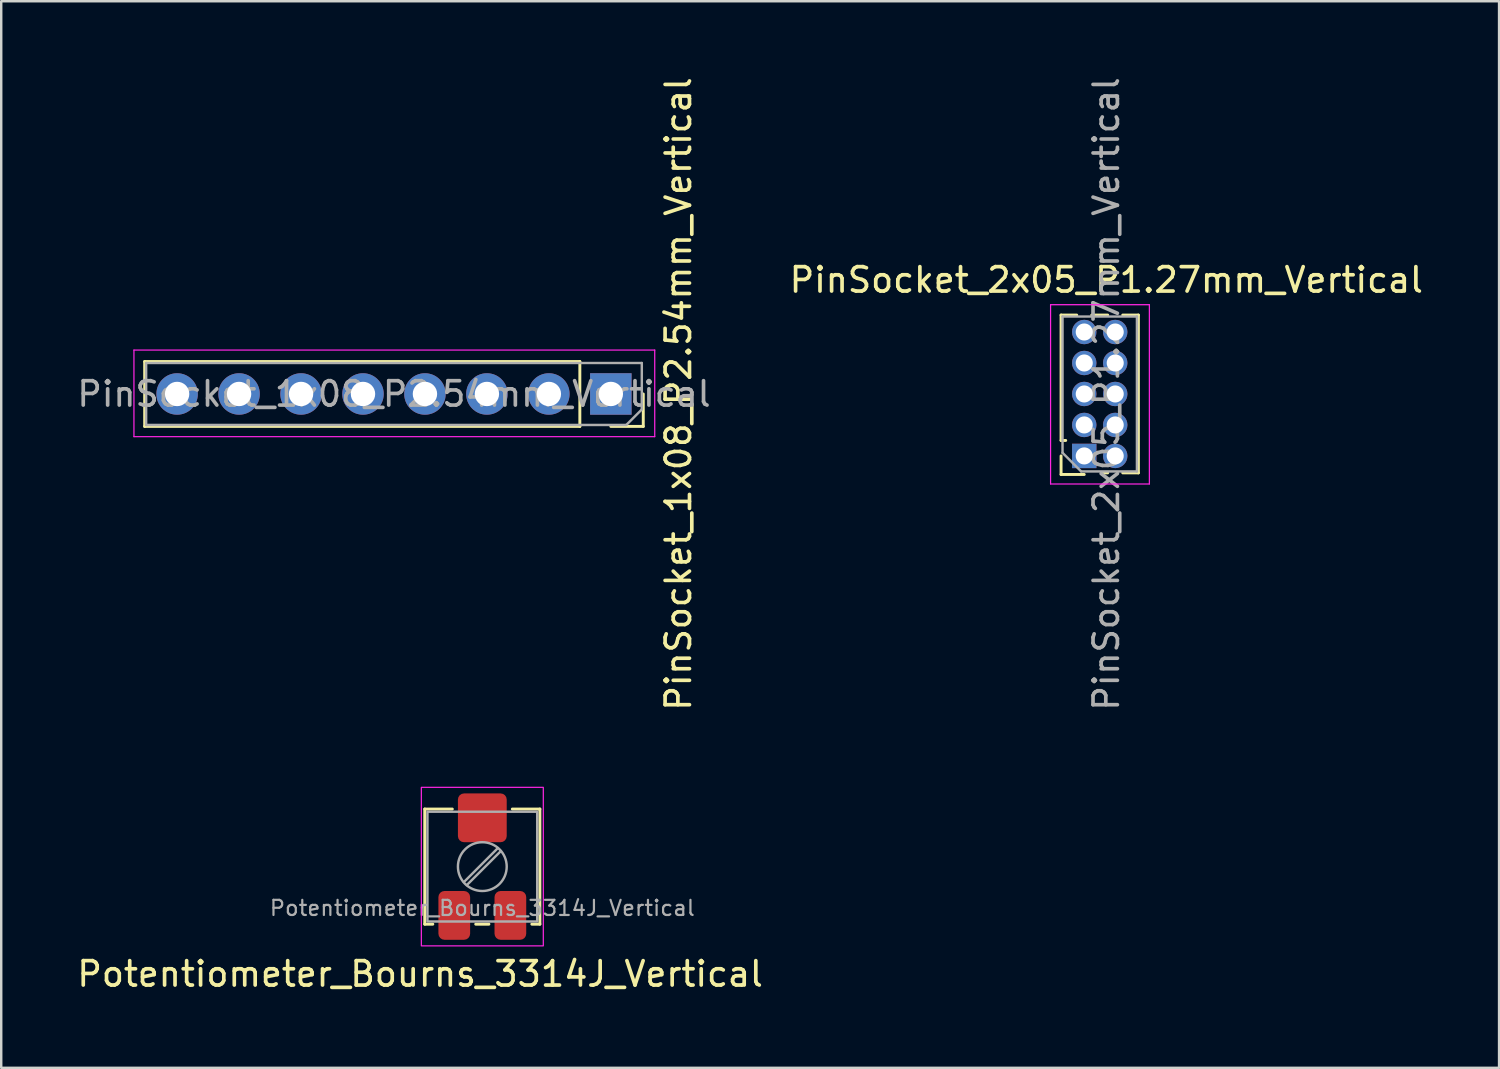
<source format=kicad_pcb>
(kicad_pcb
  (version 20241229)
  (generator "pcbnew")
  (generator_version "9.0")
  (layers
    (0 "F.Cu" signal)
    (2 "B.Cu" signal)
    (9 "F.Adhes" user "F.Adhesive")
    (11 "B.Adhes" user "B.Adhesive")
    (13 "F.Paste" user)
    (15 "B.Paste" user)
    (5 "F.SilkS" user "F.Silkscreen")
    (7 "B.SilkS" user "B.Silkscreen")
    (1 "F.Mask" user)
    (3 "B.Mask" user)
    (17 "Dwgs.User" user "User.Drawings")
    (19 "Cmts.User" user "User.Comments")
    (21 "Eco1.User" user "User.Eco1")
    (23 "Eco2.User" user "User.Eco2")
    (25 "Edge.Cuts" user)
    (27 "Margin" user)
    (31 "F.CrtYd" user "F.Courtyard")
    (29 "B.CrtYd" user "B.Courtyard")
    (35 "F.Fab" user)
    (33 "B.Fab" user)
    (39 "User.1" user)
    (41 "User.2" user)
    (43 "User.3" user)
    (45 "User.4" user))
  (footprint "Potentiometer_Bourns_3314J_Vertical"
    (layer "F.Cu")
    (at 16.723 32.477)
    (property "Reference" "Potentiometer_Bourns_3314J_Vertical" (at -2.55 4.4 180) (layer "F.SilkS") (effects (font (size 1 1) (thickness 0.15))))
    (attr smd)
    (fp_line (start -2.36 2.36) (end -2.36 -2.36) (stroke (width 0.12) (type solid)) (layer "F.SilkS"))
    (fp_line (start -2.03 2.36) (end -2.36 2.36) (stroke (width 0.12) (type solid)) (layer "F.SilkS"))
    (fp_line (start -1.23 -2.36) (end -2.36 -2.36) (stroke (width 0.12) (type solid)) (layer "F.SilkS"))
    (fp_line (start 0.27 2.36) (end -0.27 2.36) (stroke (width 0.12) (type solid)) (layer "F.SilkS"))
    (fp_line (start 2.36 -2.36) (end 1.23 -2.36) (stroke (width 0.12) (type solid)) (layer "F.SilkS"))
    (fp_line (start 2.36 2.36) (end 2.03 2.36) (stroke (width 0.12) (type solid)) (layer "F.SilkS"))
    (fp_line (start 2.36 2.36) (end 2.36 -2.36) (stroke (width 0.12) (type solid)) (layer "F.SilkS"))
    (fp_rect (start -2.5 -3.25) (end 2.5 3.25) (stroke (width 0.05) (type solid)) (fill no) (layer "F.CrtYd"))
    (fp_line (start -0.758 0.636) (end 0.636 -0.758) (stroke (width 0.1) (type solid)) (layer "F.Fab"))
    (fp_line (start -0.636 0.758) (end 0.758 -0.636) (stroke (width 0.1) (type solid)) (layer "F.Fab"))
    (fp_rect (start -2.25 -2.25) (end 2.25 2.25) (stroke (width 0.1) (type solid)) (fill no) (layer "F.Fab"))
    (fp_circle (center 0 0) (end -1 0) (stroke (width 0.1) (type solid)) (fill no) (layer "F.Fab"))
    (fp_text user "${REFERENCE}" (at 0 1.7 180) (layer "F.Fab") (effects (font (size 0.62 0.62) (thickness 0.09))))
    (pad "1" smd roundrect (at -1.15 2 180) (size 1.3 2) (layers "F.Cu" "F.Mask" "F.Paste") (roundrect_rratio 0.192))
    (pad "2" smd roundrect (at 0 -2 180) (size 2 2) (layers "F.Cu" "F.Mask" "F.Paste") (roundrect_rratio 0.125))
    (pad "3" smd roundrect (at 1.15 2 180) (size 1.3 2) (layers "F.Cu" "F.Mask" "F.Paste") (roundrect_rratio 0.192)))
  (footprint "PinSocket_1x08_P2.54mm_Vertical"
    (layer "F.Cu")
    (at 13.116 12.801)
    (property "Reference" "PinSocket_1x08_P2.54mm_Vertical" (at 11.645 0.3 90) (layer "F.SilkS") (effects (font (size 1 1) (thickness 0.15))))
    (attr through_hole)
    (fp_line (start -10.235 -1.03) (end -10.235 1.63) (stroke (width 0.12) (type solid)) (layer "F.SilkS"))
    (fp_line (start 7.605 -1.03) (end -10.235 -1.03) (stroke (width 0.12) (type solid)) (layer "F.SilkS"))
    (fp_line (start 7.605 -1.03) (end 7.605 1.63) (stroke (width 0.12) (type solid)) (layer "F.SilkS"))
    (fp_line (start 7.605 1.63) (end -10.235 1.63) (stroke (width 0.12) (type solid)) (layer "F.SilkS"))
    (fp_line (start 10.205 0.3) (end 10.205 1.63) (stroke (width 0.12) (type solid)) (layer "F.SilkS"))
    (fp_line (start 10.205 1.63) (end 8.875 1.63) (stroke (width 0.12) (type solid)) (layer "F.SilkS"))
    (fp_line (start -10.675 -1.5) (end 10.675 -1.5) (stroke (width 0.05) (type solid)) (layer "F.CrtYd"))
    (fp_line (start -10.675 2.05) (end -10.675 -1.5) (stroke (width 0.05) (type solid)) (layer "F.CrtYd"))
    (fp_line (start 10.675 -1.5) (end 10.675 2.05) (stroke (width 0.05) (type solid)) (layer "F.CrtYd"))
    (fp_line (start 10.675 2.05) (end -10.675 2.05) (stroke (width 0.05) (type solid)) (layer "F.CrtYd"))
    (fp_line (start -10.175 -0.97) (end 10.145 -0.97) (stroke (width 0.1) (type solid)) (layer "F.Fab"))
    (fp_line (start -10.175 1.57) (end -10.175 -0.97) (stroke (width 0.1) (type solid)) (layer "F.Fab"))
    (fp_line (start 9.51 1.57) (end -10.175 1.57) (stroke (width 0.1) (type solid)) (layer "F.Fab"))
    (fp_line (start 10.145 -0.97) (end 10.145 0.935) (stroke (width 0.1) (type solid)) (layer "F.Fab"))
    (fp_line (start 10.145 0.935) (end 9.51 1.57) (stroke (width 0.1) (type solid)) (layer "F.Fab"))
    (fp_text user "${REFERENCE}" (at -0.015 0.3 180) (layer "F.Fab") (effects (font (size 1 1) (thickness 0.15))))
    (pad "1" thru_hole rect (at 8.875 0.3 270) (size 1.7 1.7) (drill 1) (layers "*.Cu" "*.Mask"))
    (pad "2" thru_hole circle (at 6.335 0.3 270) (size 1.7 1.7) (drill 1) (layers "*.Cu" "*.Mask"))
    (pad "3" thru_hole circle (at 3.795 0.3 270) (size 1.7 1.7) (drill 1) (layers "*.Cu" "*.Mask"))
    (pad "4" thru_hole circle (at 1.255 0.3 270) (size 1.7 1.7) (drill 1) (layers "*.Cu" "*.Mask"))
    (pad "5" thru_hole circle (at -1.285 0.3 270) (size 1.7 1.7) (drill 1) (layers "*.Cu" "*.Mask"))
    (pad "6" thru_hole circle (at -3.825 0.3 270) (size 1.7 1.7) (drill 1) (layers "*.Cu" "*.Mask"))
    (pad "7" thru_hole circle (at -6.365 0.3 270) (size 1.7 1.7) (drill 1) (layers "*.Cu" "*.Mask"))
    (pad "8" thru_hole circle (at -8.905 0.3 270) (size 1.7 1.7) (drill 1) (layers "*.Cu" "*.Mask")))
  (footprint "PinSocket_2x05_P1.27mm_Vertical"
    (layer "F.Cu")
    (at 42.939 10.561)
    (property "Reference" "PinSocket_2x05_P1.27mm_Vertical" (at -0.635 -2.135 0) (layer "F.SilkS") (effects (font (size 1 1) (thickness 0.15))))
    (attr through_hole)
    (fp_line (start -2.49 4.445) (end -2.49 -0.695) (stroke (width 0.12) (type solid)) (layer "F.SilkS"))
    (fp_line (start -2.49 5.84) (end -2.49 5.08) (stroke (width 0.12) (type solid)) (layer "F.SilkS"))
    (fp_line (start -2.3 4.445) (end -2.49 4.445) (stroke (width 0.12) (type solid)) (layer "F.SilkS"))
    (fp_line (start -1.848 -0.695) (end -2.49 -0.695) (stroke (width 0.12) (type solid)) (layer "F.SilkS"))
    (fp_line (start -1.54 5.84) (end -2.49 5.84) (stroke (width 0.12) (type solid)) (layer "F.SilkS"))
    (fp_line (start -0.578 -0.695) (end -1.232 -0.695) (stroke (width 0.12) (type solid)) (layer "F.SilkS"))
    (fp_line (start -0.578 5.775) (end -0.78 5.775) (stroke (width 0.12) (type solid)) (layer "F.SilkS"))
    (fp_line (start 0.68 -0.695) (end 0.038 -0.695) (stroke (width 0.12) (type solid)) (layer "F.SilkS"))
    (fp_line (start 0.68 5.775) (end 0.038 5.775) (stroke (width 0.12) (type solid)) (layer "F.SilkS"))
    (fp_line (start 0.68 5.775) (end 0.68 -0.695) (stroke (width 0.12) (type solid)) (layer "F.SilkS"))
    (fp_line (start -2.92 -1.12) (end 1.13 -1.12) (stroke (width 0.05) (type solid)) (layer "F.CrtYd"))
    (fp_line (start -2.92 6.23) (end -2.92 -1.12) (stroke (width 0.05) (type solid)) (layer "F.CrtYd"))
    (fp_line (start 1.13 -1.12) (end 1.13 6.23) (stroke (width 0.05) (type solid)) (layer "F.CrtYd"))
    (fp_line (start 1.13 6.23) (end -2.92 6.23) (stroke (width 0.05) (type solid)) (layer "F.CrtYd"))
    (fp_line (start -2.43 -0.635) (end 0.62 -0.635) (stroke (width 0.1) (type solid)) (layer "F.Fab"))
    (fp_line (start -2.43 4.952) (end -2.43 -0.635) (stroke (width 0.1) (type solid)) (layer "F.Fab"))
    (fp_line (start -1.667 5.715) (end -2.43 4.952) (stroke (width 0.1) (type solid)) (layer "F.Fab"))
    (fp_line (start 0.62 -0.635) (end 0.62 5.715) (stroke (width 0.1) (type solid)) (layer "F.Fab"))
    (fp_line (start 0.62 5.715) (end -1.667 5.715) (stroke (width 0.1) (type solid)) (layer "F.Fab"))
    (fp_text user "${REFERENCE}" (at -0.635 2.54 90) (layer "F.Fab") (effects (font (size 1 1) (thickness 0.15))))
    (pad "1" thru_hole rect (at -1.54 5.08 180) (size 1 1) (drill 0.7) (layers "*.Cu" "*.Mask"))
    (pad "2" thru_hole circle (at -0.27 5.08 180) (size 1 1) (drill 0.7) (layers "*.Cu" "*.Mask"))
    (pad "3" thru_hole circle (at -1.54 3.81 180) (size 1 1) (drill 0.7) (layers "*.Cu" "*.Mask"))
    (pad "4" thru_hole circle (at -0.27 3.81 180) (size 1 1) (drill 0.7) (layers "*.Cu" "*.Mask"))
    (pad "5" thru_hole circle (at -1.54 2.54 180) (size 1 1) (drill 0.7) (layers "*.Cu" "*.Mask"))
    (pad "6" thru_hole circle (at -0.27 2.54 180) (size 1 1) (drill 0.7) (layers "*.Cu" "*.Mask"))
    (pad "7" thru_hole circle (at -1.54 1.27 180) (size 1 1) (drill 0.7) (layers "*.Cu" "*.Mask"))
    (pad "8" thru_hole circle (at -0.27 1.27 180) (size 1 1) (drill 0.7) (layers "*.Cu" "*.Mask"))
    (pad "9" thru_hole circle (at -1.54 0 180) (size 1 1) (drill 0.7) (layers "*.Cu" "*.Mask"))
    (pad "10" thru_hole circle (at -0.27 0 180) (size 1 1) (drill 0.7) (layers "*.Cu" "*.Mask")))
  (gr_rect
    (start -3 -3)
    (end 58.405 40.726)
    (stroke (width 0.1) (type default))
    (fill no)
    (layer "Edge.Cuts")))
</source>
